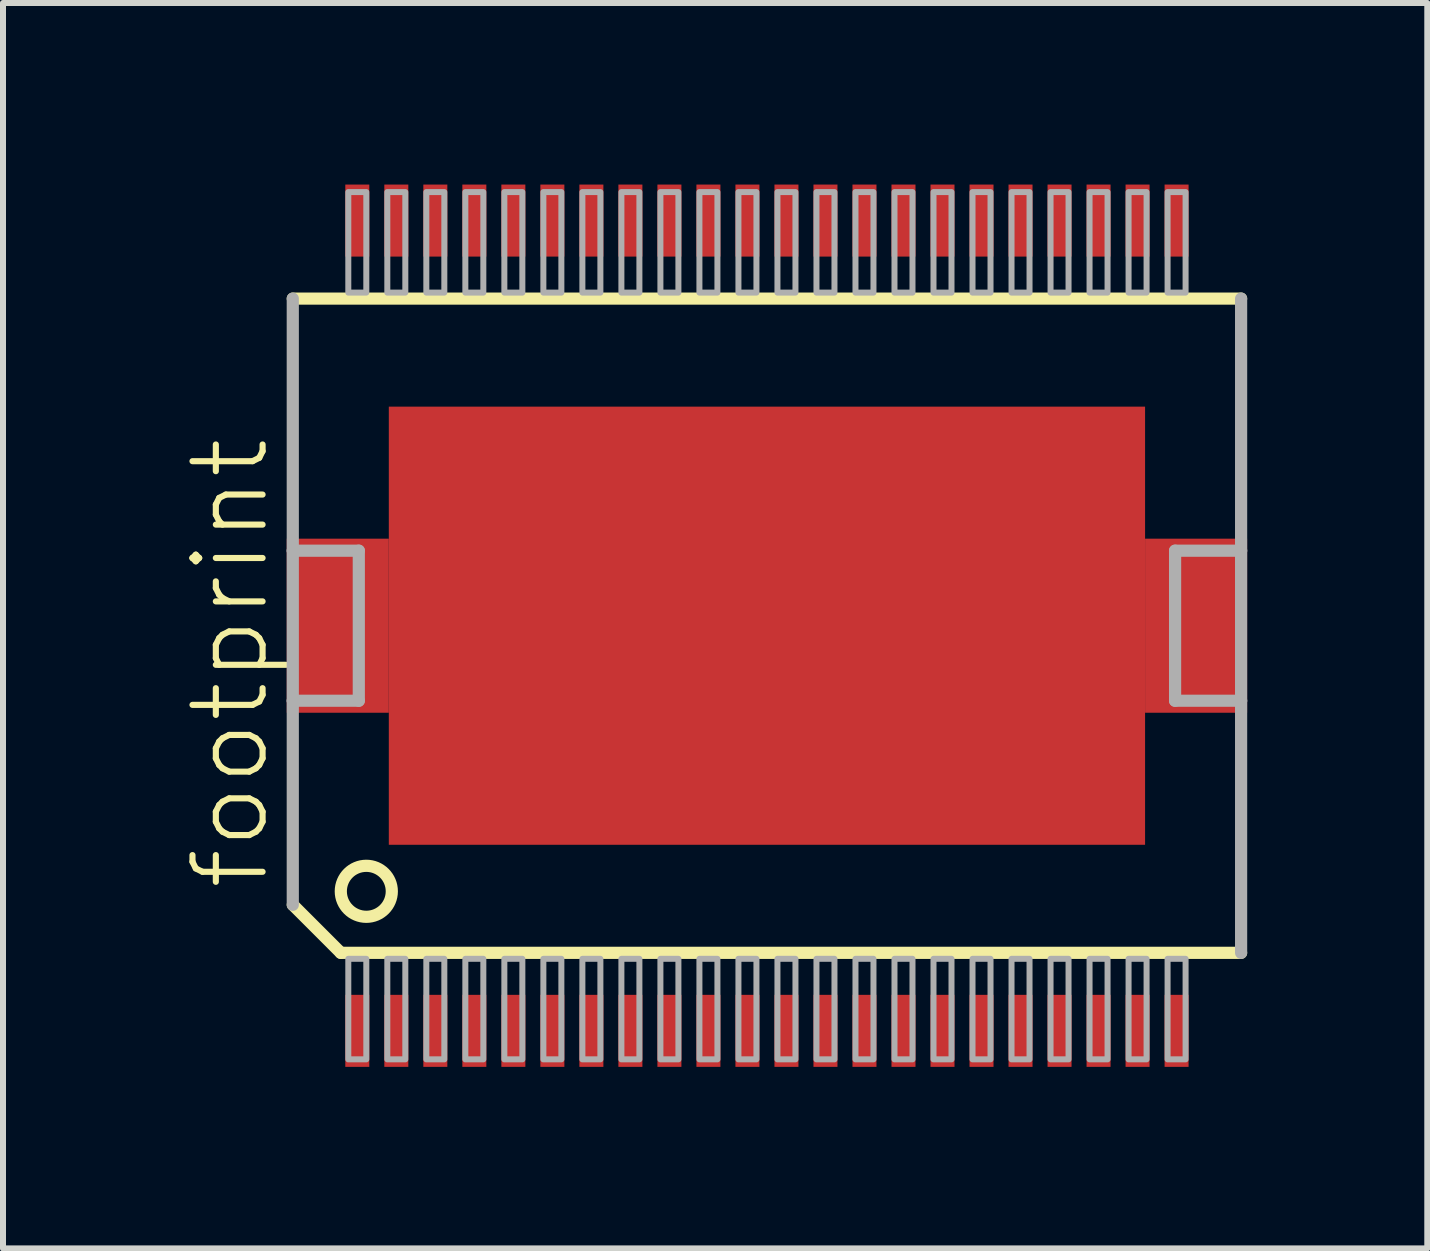
<source format=kicad_pcb>
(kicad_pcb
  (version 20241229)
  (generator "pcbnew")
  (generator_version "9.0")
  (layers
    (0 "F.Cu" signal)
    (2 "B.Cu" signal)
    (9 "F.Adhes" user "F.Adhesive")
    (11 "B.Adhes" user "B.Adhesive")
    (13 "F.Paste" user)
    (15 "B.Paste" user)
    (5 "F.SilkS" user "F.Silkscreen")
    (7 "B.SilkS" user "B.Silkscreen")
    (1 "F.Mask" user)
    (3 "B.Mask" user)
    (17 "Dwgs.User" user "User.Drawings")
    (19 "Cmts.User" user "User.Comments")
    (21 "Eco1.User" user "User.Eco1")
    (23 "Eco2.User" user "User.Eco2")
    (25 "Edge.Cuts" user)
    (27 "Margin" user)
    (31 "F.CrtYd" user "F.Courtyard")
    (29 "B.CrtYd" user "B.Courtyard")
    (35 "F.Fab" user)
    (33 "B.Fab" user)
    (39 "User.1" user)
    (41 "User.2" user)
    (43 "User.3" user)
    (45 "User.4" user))
  (footprint "footprint"
    (layer "F.Cu")
    (at 9.728 7.375)
    (property "Reference" "footprint" (at -8.255 4.445 90) (layer "F.SilkS") (effects (font (size 1.168 1.168) (thickness 0.102)) (justify left bottom)))
    (fp_poly (pts (xy -7.05 -7.375) (xy -7.05 -6.125) (xy -6.6 -6.125) (xy -6.6 -7.375)) (stroke (width 0) (type solid)) (fill yes) (layer "F.Mask"))
    (fp_poly (pts (xy -6.6 7.375) (xy -6.6 6.125) (xy -7.05 6.125) (xy -7.05 7.375)) (stroke (width 0) (type solid)) (fill yes) (layer "F.Mask"))
    (fp_poly (pts (xy -6.4 -7.375) (xy -6.4 -6.125) (xy -5.95 -6.125) (xy -5.95 -7.375)) (stroke (width 0) (type solid)) (fill yes) (layer "F.Mask"))
    (fp_poly (pts (xy -5.95 7.375) (xy -5.95 6.125) (xy -6.4 6.125) (xy -6.4 7.375)) (stroke (width 0) (type solid)) (fill yes) (layer "F.Mask"))
    (fp_poly (pts (xy -5.75 -7.375) (xy -5.75 -6.125) (xy -5.3 -6.125) (xy -5.3 -7.375)) (stroke (width 0) (type solid)) (fill yes) (layer "F.Mask"))
    (fp_poly (pts (xy -5.3 7.375) (xy -5.3 6.125) (xy -5.75 6.125) (xy -5.75 7.375)) (stroke (width 0) (type solid)) (fill yes) (layer "F.Mask"))
    (fp_poly (pts (xy -5.1 -7.375) (xy -5.1 -6.125) (xy -4.65 -6.125) (xy -4.65 -7.375)) (stroke (width 0) (type solid)) (fill yes) (layer "F.Mask"))
    (fp_poly (pts (xy -4.65 7.375) (xy -4.65 6.125) (xy -5.1 6.125) (xy -5.1 7.375)) (stroke (width 0) (type solid)) (fill yes) (layer "F.Mask"))
    (fp_poly (pts (xy -4.45 -7.375) (xy -4.45 -6.125) (xy -4 -6.125) (xy -4 -7.375)) (stroke (width 0) (type solid)) (fill yes) (layer "F.Mask"))
    (fp_poly (pts (xy -4 7.375) (xy -4 6.125) (xy -4.45 6.125) (xy -4.45 7.375)) (stroke (width 0) (type solid)) (fill yes) (layer "F.Mask"))
    (fp_poly (pts (xy -3.8 -7.375) (xy -3.8 -6.125) (xy -3.35 -6.125) (xy -3.35 -7.375)) (stroke (width 0) (type solid)) (fill yes) (layer "F.Mask"))
    (fp_poly (pts (xy -3.35 7.375) (xy -3.35 6.125) (xy -3.8 6.125) (xy -3.8 7.375)) (stroke (width 0) (type solid)) (fill yes) (layer "F.Mask"))
    (fp_poly (pts (xy -3.15 -7.375) (xy -3.15 -6.125) (xy -2.7 -6.125) (xy -2.7 -7.375)) (stroke (width 0) (type solid)) (fill yes) (layer "F.Mask"))
    (fp_poly (pts (xy -2.7 7.375) (xy -2.7 6.125) (xy -3.15 6.125) (xy -3.15 7.375)) (stroke (width 0) (type solid)) (fill yes) (layer "F.Mask"))
    (fp_poly (pts (xy -2.5 -7.375) (xy -2.5 -6.125) (xy -2.05 -6.125) (xy -2.05 -7.375)) (stroke (width 0) (type solid)) (fill yes) (layer "F.Mask"))
    (fp_poly (pts (xy -2.05 7.375) (xy -2.05 6.125) (xy -2.5 6.125) (xy -2.5 7.375)) (stroke (width 0) (type solid)) (fill yes) (layer "F.Mask"))
    (fp_poly (pts (xy -1.85 -7.375) (xy -1.85 -6.125) (xy -1.4 -6.125) (xy -1.4 -7.375)) (stroke (width 0) (type solid)) (fill yes) (layer "F.Mask"))
    (fp_poly (pts (xy -1.4 7.375) (xy -1.4 6.125) (xy -1.85 6.125) (xy -1.85 7.375)) (stroke (width 0) (type solid)) (fill yes) (layer "F.Mask"))
    (fp_poly (pts (xy -1.2 -7.375) (xy -1.2 -6.125) (xy -0.75 -6.125) (xy -0.75 -7.375)) (stroke (width 0) (type solid)) (fill yes) (layer "F.Mask"))
    (fp_poly (pts (xy -0.75 7.375) (xy -0.75 6.125) (xy -1.2 6.125) (xy -1.2 7.375)) (stroke (width 0) (type solid)) (fill yes) (layer "F.Mask"))
    (fp_poly (pts (xy -0.55 -7.375) (xy -0.55 -6.125) (xy -0.1 -6.125) (xy -0.1 -7.375)) (stroke (width 0) (type solid)) (fill yes) (layer "F.Mask"))
    (fp_poly (pts (xy -0.1 7.375) (xy -0.1 6.125) (xy -0.55 6.125) (xy -0.55 7.375)) (stroke (width 0) (type solid)) (fill yes) (layer "F.Mask"))
    (fp_poly (pts (xy 0.1 -7.375) (xy 0.1 -6.125) (xy 0.55 -6.125) (xy 0.55 -7.375)) (stroke (width 0) (type solid)) (fill yes) (layer "F.Mask"))
    (fp_poly (pts (xy 0.55 7.375) (xy 0.55 6.125) (xy 0.1 6.125) (xy 0.1 7.375)) (stroke (width 0) (type solid)) (fill yes) (layer "F.Mask"))
    (fp_poly (pts (xy 0.75 -7.375) (xy 0.75 -6.125) (xy 1.2 -6.125) (xy 1.2 -7.375)) (stroke (width 0) (type solid)) (fill yes) (layer "F.Mask"))
    (fp_poly (pts (xy 1.2 7.375) (xy 1.2 6.125) (xy 0.75 6.125) (xy 0.75 7.375)) (stroke (width 0) (type solid)) (fill yes) (layer "F.Mask"))
    (fp_poly (pts (xy 1.4 -7.375) (xy 1.4 -6.125) (xy 1.85 -6.125) (xy 1.85 -7.375)) (stroke (width 0) (type solid)) (fill yes) (layer "F.Mask"))
    (fp_poly (pts (xy 1.85 7.375) (xy 1.85 6.125) (xy 1.4 6.125) (xy 1.4 7.375)) (stroke (width 0) (type solid)) (fill yes) (layer "F.Mask"))
    (fp_poly (pts (xy 2.05 -7.375) (xy 2.05 -6.125) (xy 2.5 -6.125) (xy 2.5 -7.375)) (stroke (width 0) (type solid)) (fill yes) (layer "F.Mask"))
    (fp_poly (pts (xy 2.5 7.375) (xy 2.5 6.125) (xy 2.05 6.125) (xy 2.05 7.375)) (stroke (width 0) (type solid)) (fill yes) (layer "F.Mask"))
    (fp_poly (pts (xy 2.7 -7.375) (xy 2.7 -6.125) (xy 3.15 -6.125) (xy 3.15 -7.375)) (stroke (width 0) (type solid)) (fill yes) (layer "F.Mask"))
    (fp_poly (pts (xy 3.15 7.375) (xy 3.15 6.125) (xy 2.7 6.125) (xy 2.7 7.375)) (stroke (width 0) (type solid)) (fill yes) (layer "F.Mask"))
    (fp_poly (pts (xy 3.35 -7.375) (xy 3.35 -6.125) (xy 3.8 -6.125) (xy 3.8 -7.375)) (stroke (width 0) (type solid)) (fill yes) (layer "F.Mask"))
    (fp_poly (pts (xy 3.8 7.375) (xy 3.8 6.125) (xy 3.35 6.125) (xy 3.35 7.375)) (stroke (width 0) (type solid)) (fill yes) (layer "F.Mask"))
    (fp_poly (pts (xy 4 -7.375) (xy 4 -6.125) (xy 4.45 -6.125) (xy 4.45 -7.375)) (stroke (width 0) (type solid)) (fill yes) (layer "F.Mask"))
    (fp_poly (pts (xy 4.45 7.375) (xy 4.45 6.125) (xy 4 6.125) (xy 4 7.375)) (stroke (width 0) (type solid)) (fill yes) (layer "F.Mask"))
    (fp_poly (pts (xy 4.65 -7.375) (xy 4.65 -6.125) (xy 5.1 -6.125) (xy 5.1 -7.375)) (stroke (width 0) (type solid)) (fill yes) (layer "F.Mask"))
    (fp_poly (pts (xy 5.1 7.375) (xy 5.1 6.125) (xy 4.65 6.125) (xy 4.65 7.375)) (stroke (width 0) (type solid)) (fill yes) (layer "F.Mask"))
    (fp_poly (pts (xy 5.3 -7.375) (xy 5.3 -6.125) (xy 5.75 -6.125) (xy 5.75 -7.375)) (stroke (width 0) (type solid)) (fill yes) (layer "F.Mask"))
    (fp_poly (pts (xy 5.75 7.375) (xy 5.75 6.125) (xy 5.3 6.125) (xy 5.3 7.375)) (stroke (width 0) (type solid)) (fill yes) (layer "F.Mask"))
    (fp_poly (pts (xy 5.95 -7.375) (xy 5.95 -6.125) (xy 6.4 -6.125) (xy 6.4 -7.375)) (stroke (width 0) (type solid)) (fill yes) (layer "F.Mask"))
    (fp_poly (pts (xy 6.4 7.375) (xy 6.4 6.125) (xy 5.95 6.125) (xy 5.95 7.375)) (stroke (width 0) (type solid)) (fill yes) (layer "F.Mask"))
    (fp_poly (pts (xy 6.6 -7.375) (xy 6.6 -6.125) (xy 7.05 -6.125) (xy 7.05 -7.375)) (stroke (width 0) (type solid)) (fill yes) (layer "F.Mask"))
    (fp_poly (pts (xy 7.05 7.375) (xy 7.05 6.125) (xy 6.6 6.125) (xy 6.6 7.375)) (stroke (width 0) (type solid)) (fill yes) (layer "F.Mask"))
    (fp_line (start -7.9 -5.45) (end 7.9 -5.45) (stroke (width 0.203) (type solid)) (layer "F.SilkS"))
    (fp_line (start -7.1 5.45) (end -7.9 4.65) (stroke (width 0.203) (type solid)) (layer "F.SilkS"))
    (fp_line (start 7.9 5.45) (end -7.1 5.45) (stroke (width 0.203) (type solid)) (layer "F.SilkS"))
    (fp_circle (center -6.675 4.425) (end -6.25 4.425) (stroke (width 0.203) (type solid)) (fill no) (layer "F.SilkS"))
    (fp_line (start -7.9 -1.25) (end -7.9 -5.45) (stroke (width 0.203) (type solid)) (layer "F.Fab"))
    (fp_line (start -7.9 1.25) (end -7.9 -1.25) (stroke (width 0.203) (type solid)) (layer "F.Fab"))
    (fp_line (start -7.9 1.25) (end -6.8 1.25) (stroke (width 0.203) (type solid)) (layer "F.Fab"))
    (fp_line (start -7.9 4.65) (end -7.9 1.25) (stroke (width 0.203) (type solid)) (layer "F.Fab"))
    (fp_line (start -6.8 -1.25) (end -7.9 -1.25) (stroke (width 0.203) (type solid)) (layer "F.Fab"))
    (fp_line (start -6.8 1.25) (end -6.8 -1.25) (stroke (width 0.203) (type solid)) (layer "F.Fab"))
    (fp_line (start 6.8 -1.25) (end 6.8 1.25) (stroke (width 0.203) (type solid)) (layer "F.Fab"))
    (fp_line (start 6.8 1.25) (end 7.9 1.25) (stroke (width 0.203) (type solid)) (layer "F.Fab"))
    (fp_line (start 7.9 -5.45) (end 7.9 -1.25) (stroke (width 0.203) (type solid)) (layer "F.Fab"))
    (fp_line (start 7.9 -1.25) (end 6.8 -1.25) (stroke (width 0.203) (type solid)) (layer "F.Fab"))
    (fp_line (start 7.9 -1.25) (end 7.9 1.25) (stroke (width 0.203) (type solid)) (layer "F.Fab"))
    (fp_line (start 7.9 1.25) (end 7.9 5.45) (stroke (width 0.203) (type solid)) (layer "F.Fab"))
    (fp_poly (pts (xy -6.975 -7.225) (xy -6.975 -5.55) (xy -6.675 -5.55) (xy -6.675 -7.225)) (stroke (width 0.1) (type solid)) (fill no) (layer "F.Fab"))
    (fp_poly (pts (xy -6.675 7.225) (xy -6.675 5.55) (xy -6.975 5.55) (xy -6.975 7.225)) (stroke (width 0.1) (type solid)) (fill no) (layer "F.Fab"))
    (fp_poly (pts (xy -6.325 -7.225) (xy -6.325 -5.55) (xy -6.025 -5.55) (xy -6.025 -7.225)) (stroke (width 0.1) (type solid)) (fill no) (layer "F.Fab"))
    (fp_poly (pts (xy -6.025 7.225) (xy -6.025 5.55) (xy -6.325 5.55) (xy -6.325 7.225)) (stroke (width 0.1) (type solid)) (fill no) (layer "F.Fab"))
    (fp_poly (pts (xy -5.675 -7.225) (xy -5.675 -5.55) (xy -5.375 -5.55) (xy -5.375 -7.225)) (stroke (width 0.1) (type solid)) (fill no) (layer "F.Fab"))
    (fp_poly (pts (xy -5.375 7.225) (xy -5.375 5.55) (xy -5.675 5.55) (xy -5.675 7.225)) (stroke (width 0.1) (type solid)) (fill no) (layer "F.Fab"))
    (fp_poly (pts (xy -5.025 -7.225) (xy -5.025 -5.55) (xy -4.725 -5.55) (xy -4.725 -7.225)) (stroke (width 0.1) (type solid)) (fill no) (layer "F.Fab"))
    (fp_poly (pts (xy -4.725 7.225) (xy -4.725 5.55) (xy -5.025 5.55) (xy -5.025 7.225)) (stroke (width 0.1) (type solid)) (fill no) (layer "F.Fab"))
    (fp_poly (pts (xy -4.375 -7.225) (xy -4.375 -5.55) (xy -4.075 -5.55) (xy -4.075 -7.225)) (stroke (width 0.1) (type solid)) (fill no) (layer "F.Fab"))
    (fp_poly (pts (xy -4.075 7.225) (xy -4.075 5.55) (xy -4.375 5.55) (xy -4.375 7.225)) (stroke (width 0.1) (type solid)) (fill no) (layer "F.Fab"))
    (fp_poly (pts (xy -3.725 -7.225) (xy -3.725 -5.55) (xy -3.425 -5.55) (xy -3.425 -7.225)) (stroke (width 0.1) (type solid)) (fill no) (layer "F.Fab"))
    (fp_poly (pts (xy -3.425 7.225) (xy -3.425 5.55) (xy -3.725 5.55) (xy -3.725 7.225)) (stroke (width 0.1) (type solid)) (fill no) (layer "F.Fab"))
    (fp_poly (pts (xy -3.075 -7.225) (xy -3.075 -5.55) (xy -2.775 -5.55) (xy -2.775 -7.225)) (stroke (width 0.1) (type solid)) (fill no) (layer "F.Fab"))
    (fp_poly (pts (xy -2.775 7.225) (xy -2.775 5.55) (xy -3.075 5.55) (xy -3.075 7.225)) (stroke (width 0.1) (type solid)) (fill no) (layer "F.Fab"))
    (fp_poly (pts (xy -2.425 -7.225) (xy -2.425 -5.55) (xy -2.125 -5.55) (xy -2.125 -7.225)) (stroke (width 0.1) (type solid)) (fill no) (layer "F.Fab"))
    (fp_poly (pts (xy -2.125 7.225) (xy -2.125 5.55) (xy -2.425 5.55) (xy -2.425 7.225)) (stroke (width 0.1) (type solid)) (fill no) (layer "F.Fab"))
    (fp_poly (pts (xy -1.775 -7.225) (xy -1.775 -5.55) (xy -1.475 -5.55) (xy -1.475 -7.225)) (stroke (width 0.1) (type solid)) (fill no) (layer "F.Fab"))
    (fp_poly (pts (xy -1.475 7.225) (xy -1.475 5.55) (xy -1.775 5.55) (xy -1.775 7.225)) (stroke (width 0.1) (type solid)) (fill no) (layer "F.Fab"))
    (fp_poly (pts (xy -1.125 -7.225) (xy -1.125 -5.55) (xy -0.825 -5.55) (xy -0.825 -7.225)) (stroke (width 0.1) (type solid)) (fill no) (layer "F.Fab"))
    (fp_poly (pts (xy -0.825 7.225) (xy -0.825 5.55) (xy -1.125 5.55) (xy -1.125 7.225)) (stroke (width 0.1) (type solid)) (fill no) (layer "F.Fab"))
    (fp_poly (pts (xy -0.475 -7.225) (xy -0.475 -5.55) (xy -0.175 -5.55) (xy -0.175 -7.225)) (stroke (width 0.1) (type solid)) (fill no) (layer "F.Fab"))
    (fp_poly (pts (xy -0.175 7.225) (xy -0.175 5.55) (xy -0.475 5.55) (xy -0.475 7.225)) (stroke (width 0.1) (type solid)) (fill no) (layer "F.Fab"))
    (fp_poly (pts (xy 0.175 -7.225) (xy 0.175 -5.55) (xy 0.475 -5.55) (xy 0.475 -7.225)) (stroke (width 0.1) (type solid)) (fill no) (layer "F.Fab"))
    (fp_poly (pts (xy 0.475 7.225) (xy 0.475 5.55) (xy 0.175 5.55) (xy 0.175 7.225)) (stroke (width 0.1) (type solid)) (fill no) (layer "F.Fab"))
    (fp_poly (pts (xy 0.825 -7.225) (xy 0.825 -5.55) (xy 1.125 -5.55) (xy 1.125 -7.225)) (stroke (width 0.1) (type solid)) (fill no) (layer "F.Fab"))
    (fp_poly (pts (xy 1.125 7.225) (xy 1.125 5.55) (xy 0.825 5.55) (xy 0.825 7.225)) (stroke (width 0.1) (type solid)) (fill no) (layer "F.Fab"))
    (fp_poly (pts (xy 1.475 -7.225) (xy 1.475 -5.55) (xy 1.775 -5.55) (xy 1.775 -7.225)) (stroke (width 0.1) (type solid)) (fill no) (layer "F.Fab"))
    (fp_poly (pts (xy 1.775 7.225) (xy 1.775 5.55) (xy 1.475 5.55) (xy 1.475 7.225)) (stroke (width 0.1) (type solid)) (fill no) (layer "F.Fab"))
    (fp_poly (pts (xy 2.125 -7.225) (xy 2.125 -5.55) (xy 2.425 -5.55) (xy 2.425 -7.225)) (stroke (width 0.1) (type solid)) (fill no) (layer "F.Fab"))
    (fp_poly (pts (xy 2.425 7.225) (xy 2.425 5.55) (xy 2.125 5.55) (xy 2.125 7.225)) (stroke (width 0.1) (type solid)) (fill no) (layer "F.Fab"))
    (fp_poly (pts (xy 2.775 -7.225) (xy 2.775 -5.55) (xy 3.075 -5.55) (xy 3.075 -7.225)) (stroke (width 0.1) (type solid)) (fill no) (layer "F.Fab"))
    (fp_poly (pts (xy 3.075 7.225) (xy 3.075 5.55) (xy 2.775 5.55) (xy 2.775 7.225)) (stroke (width 0.1) (type solid)) (fill no) (layer "F.Fab"))
    (fp_poly (pts (xy 3.425 -7.225) (xy 3.425 -5.55) (xy 3.725 -5.55) (xy 3.725 -7.225)) (stroke (width 0.1) (type solid)) (fill no) (layer "F.Fab"))
    (fp_poly (pts (xy 3.725 7.225) (xy 3.725 5.55) (xy 3.425 5.55) (xy 3.425 7.225)) (stroke (width 0.1) (type solid)) (fill no) (layer "F.Fab"))
    (fp_poly (pts (xy 4.075 -7.225) (xy 4.075 -5.55) (xy 4.375 -5.55) (xy 4.375 -7.225)) (stroke (width 0.1) (type solid)) (fill no) (layer "F.Fab"))
    (fp_poly (pts (xy 4.375 7.225) (xy 4.375 5.55) (xy 4.075 5.55) (xy 4.075 7.225)) (stroke (width 0.1) (type solid)) (fill no) (layer "F.Fab"))
    (fp_poly (pts (xy 4.725 -7.225) (xy 4.725 -5.55) (xy 5.025 -5.55) (xy 5.025 -7.225)) (stroke (width 0.1) (type solid)) (fill no) (layer "F.Fab"))
    (fp_poly (pts (xy 5.025 7.225) (xy 5.025 5.55) (xy 4.725 5.55) (xy 4.725 7.225)) (stroke (width 0.1) (type solid)) (fill no) (layer "F.Fab"))
    (fp_poly (pts (xy 5.375 -7.225) (xy 5.375 -5.55) (xy 5.675 -5.55) (xy 5.675 -7.225)) (stroke (width 0.1) (type solid)) (fill no) (layer "F.Fab"))
    (fp_poly (pts (xy 5.675 7.225) (xy 5.675 5.55) (xy 5.375 5.55) (xy 5.375 7.225)) (stroke (width 0.1) (type solid)) (fill no) (layer "F.Fab"))
    (fp_poly (pts (xy 6.025 -7.225) (xy 6.025 -5.55) (xy 6.325 -5.55) (xy 6.325 -7.225)) (stroke (width 0.1) (type solid)) (fill no) (layer "F.Fab"))
    (fp_poly (pts (xy 6.325 7.225) (xy 6.325 5.55) (xy 6.025 5.55) (xy 6.025 7.225)) (stroke (width 0.1) (type solid)) (fill no) (layer "F.Fab"))
    (fp_poly (pts (xy 6.675 -7.225) (xy 6.675 -5.55) (xy 6.975 -5.55) (xy 6.975 -7.225)) (stroke (width 0.1) (type solid)) (fill no) (layer "F.Fab"))
    (fp_poly (pts (xy 6.975 7.225) (xy 6.975 5.55) (xy 6.675 5.55) (xy 6.675 7.225)) (stroke (width 0.1) (type solid)) (fill no) (layer "F.Fab"))
    (pad "1" smd rect (at -6.825 6.75 90) (size 1.2 0.4) (layers "F.Cu" "F.Paste"))
    (pad "2" smd rect (at -6.175 6.75 90) (size 1.2 0.4) (layers "F.Cu" "F.Paste"))
    (pad "3" smd rect (at -5.525 6.75 90) (size 1.2 0.4) (layers "F.Cu" "F.Paste"))
    (pad "4" smd rect (at -4.875 6.75 90) (size 1.2 0.4) (layers "F.Cu" "F.Paste"))
    (pad "5" smd rect (at -4.225 6.75 90) (size 1.2 0.4) (layers "F.Cu" "F.Paste"))
    (pad "6" smd rect (at -3.575 6.75 90) (size 1.2 0.4) (layers "F.Cu" "F.Paste"))
    (pad "7" smd rect (at -2.925 6.75 90) (size 1.2 0.4) (layers "F.Cu" "F.Paste"))
    (pad "8" smd rect (at -2.275 6.75 90) (size 1.2 0.4) (layers "F.Cu" "F.Paste"))
    (pad "9" smd rect (at -1.625 6.75 90) (size 1.2 0.4) (layers "F.Cu" "F.Paste"))
    (pad "10" smd rect (at -0.975 6.75 90) (size 1.2 0.4) (layers "F.Cu" "F.Paste"))
    (pad "11" smd rect (at -0.325 6.75 90) (size 1.2 0.4) (layers "F.Cu" "F.Paste"))
    (pad "12" smd rect (at 0.325 6.75 90) (size 1.2 0.4) (layers "F.Cu" "F.Paste"))
    (pad "13" smd rect (at 0.975 6.75 90) (size 1.2 0.4) (layers "F.Cu" "F.Paste"))
    (pad "14" smd rect (at 1.625 6.75 90) (size 1.2 0.4) (layers "F.Cu" "F.Paste"))
    (pad "15" smd rect (at 2.275 6.75 90) (size 1.2 0.4) (layers "F.Cu" "F.Paste"))
    (pad "16" smd rect (at 2.925 6.75 90) (size 1.2 0.4) (layers "F.Cu" "F.Paste"))
    (pad "17" smd rect (at 3.575 6.75 90) (size 1.2 0.4) (layers "F.Cu" "F.Paste"))
    (pad "18" smd rect (at 4.225 6.75 90) (size 1.2 0.4) (layers "F.Cu" "F.Paste"))
    (pad "19" smd rect (at 4.875 6.75 90) (size 1.2 0.4) (layers "F.Cu" "F.Paste"))
    (pad "20" smd rect (at 5.525 6.75 90) (size 1.2 0.4) (layers "F.Cu" "F.Paste"))
    (pad "21" smd rect (at 6.175 6.75 90) (size 1.2 0.4) (layers "F.Cu" "F.Paste"))
    (pad "22" smd rect (at 6.825 6.75 90) (size 1.2 0.4) (layers "F.Cu" "F.Paste"))
    (pad "23" smd rect (at 6.825 -6.75 270) (size 1.2 0.4) (layers "F.Cu" "F.Paste"))
    (pad "24" smd rect (at 6.175 -6.75 270) (size 1.2 0.4) (layers "F.Cu" "F.Paste"))
    (pad "25" smd rect (at 5.525 -6.75 270) (size 1.2 0.4) (layers "F.Cu" "F.Paste"))
    (pad "26" smd rect (at 4.875 -6.75 270) (size 1.2 0.4) (layers "F.Cu" "F.Paste"))
    (pad "27" smd rect (at 4.225 -6.75 270) (size 1.2 0.4) (layers "F.Cu" "F.Paste"))
    (pad "28" smd rect (at 3.575 -6.75 270) (size 1.2 0.4) (layers "F.Cu" "F.Paste"))
    (pad "29" smd rect (at 2.925 -6.75 270) (size 1.2 0.4) (layers "F.Cu" "F.Paste"))
    (pad "30" smd rect (at 2.275 -6.75 270) (size 1.2 0.4) (layers "F.Cu" "F.Paste"))
    (pad "31" smd rect (at 1.625 -6.75 270) (size 1.2 0.4) (layers "F.Cu" "F.Paste"))
    (pad "32" smd rect (at 0.975 -6.75 270) (size 1.2 0.4) (layers "F.Cu" "F.Paste"))
    (pad "33" smd rect (at 0.325 -6.75 270) (size 1.2 0.4) (layers "F.Cu" "F.Paste"))
    (pad "34" smd rect (at -0.325 -6.75 270) (size 1.2 0.4) (layers "F.Cu" "F.Paste"))
    (pad "35" smd rect (at -0.975 -6.75 270) (size 1.2 0.4) (layers "F.Cu" "F.Paste"))
    (pad "36" smd rect (at -1.625 -6.75 270) (size 1.2 0.4) (layers "F.Cu" "F.Paste"))
    (pad "37" smd rect (at -2.275 -6.75 270) (size 1.2 0.4) (layers "F.Cu" "F.Paste"))
    (pad "38" smd rect (at -2.925 -6.75 270) (size 1.2 0.4) (layers "F.Cu" "F.Paste"))
    (pad "39" smd rect (at -3.575 -6.75 270) (size 1.2 0.4) (layers "F.Cu" "F.Paste"))
    (pad "40" smd rect (at -4.225 -6.75 270) (size 1.2 0.4) (layers "F.Cu" "F.Paste"))
    (pad "41" smd rect (at -4.875 -6.75 270) (size 1.2 0.4) (layers "F.Cu" "F.Paste"))
    (pad "42" smd rect (at -5.525 -6.75 270) (size 1.2 0.4) (layers "F.Cu" "F.Paste"))
    (pad "43" smd rect (at -6.175 -6.75 270) (size 1.2 0.4) (layers "F.Cu" "F.Paste"))
    (pad "44" smd rect (at -6.825 -6.75 270) (size 1.2 0.4) (layers "F.Cu" "F.Paste"))
    (pad "EH@1" smd rect (at 0 0) (size 12.6 7.3) (layers "F.Cu" "F.Mask" "F.Paste"))
    (pad "EH@2" smd rect (at -7.15 0) (size 1.7 2.9) (layers "F.Cu" "F.Mask" "F.Paste"))
    (pad "EH@3" smd rect (at 7.15 0) (size 1.7 2.9) (layers "F.Cu" "F.Mask" "F.Paste")))
  (gr_rect
    (start -3 -3)
    (end 20.73 17.75)
    (stroke (width 0.1) (type default))
    (fill no)
    (layer "Edge.Cuts")))
</source>
